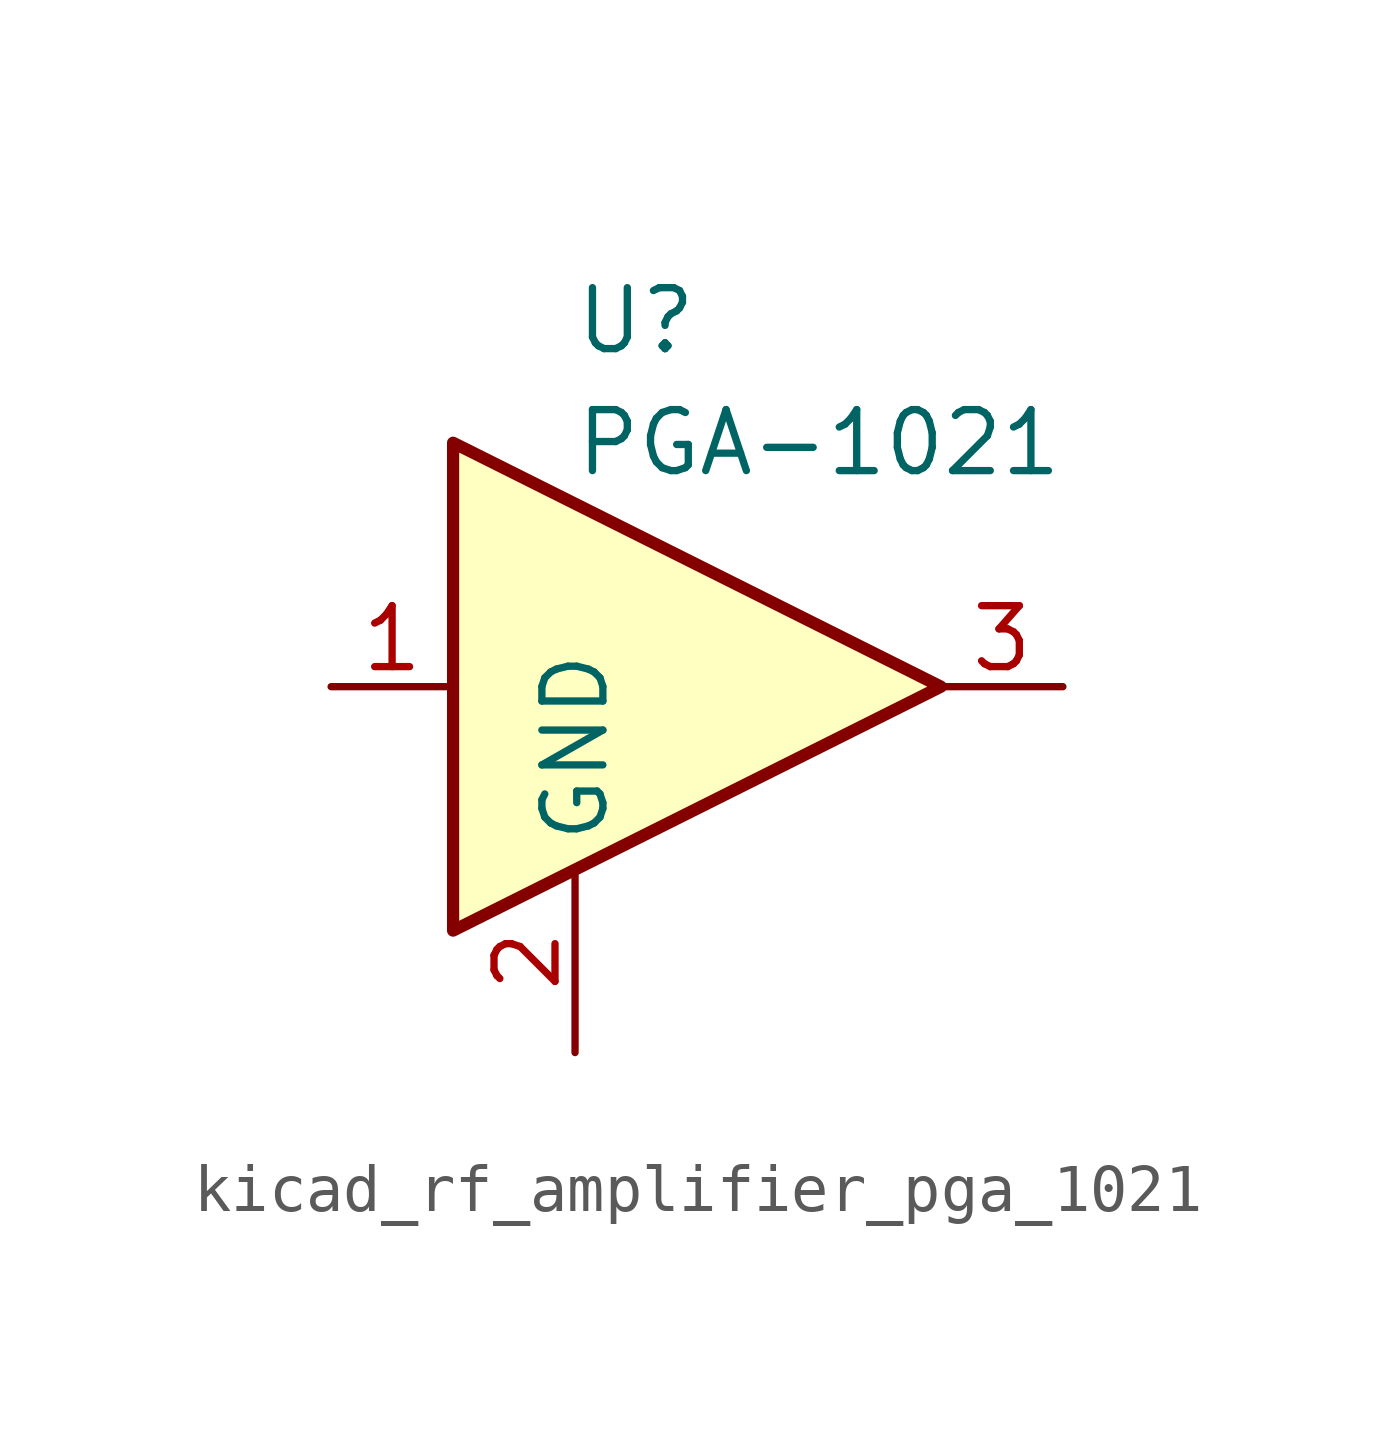
<source format=kicad_sym>
(kicad_symbol_lib
  (version 20220914)
  (generator kicad_symbol_editor)
  (symbol "kicad_rf_amplifier_pga_1021"
    (property "Reference" "U"
      (at -1.27 7.62 0)
      (effects (font (size 1.27 1.27))))
    (property "Value" "PGA-1021"
      (at 2.54 5.08 0)
      (effects (font (size 1.27 1.27))))
    (symbol "kicad_rf_amplifier_pga_1021_0_1"
      (polyline (pts (xy 5.08 0) (xy -5.08 5.08) (xy -5.08 -5.08) (xy 5.08 0)) (stroke (width 0.254) (type default)) (fill (type background))))
    (symbol "kicad_rf_amplifier_pga_1021_1_1"
      (pin input line (at -7.62 0 0) (length 2.54) (name "~" (effects (font (size 1.27 1.27)))) (number "1" (effects (font (size 1.27 1.27)))))
      (pin power_in line (at -2.54 -7.62 90) (length 3.81) (name "GND" (effects (font (size 1.27 1.27)))) (number "2" (effects (font (size 1.27 1.27)))))
      (pin output line (at 7.62 0 180) (length 2.54) (name "~" (effects (font (size 1.27 1.27)))) (number "3" (effects (font (size 1.27 1.27))))))))
</source>
